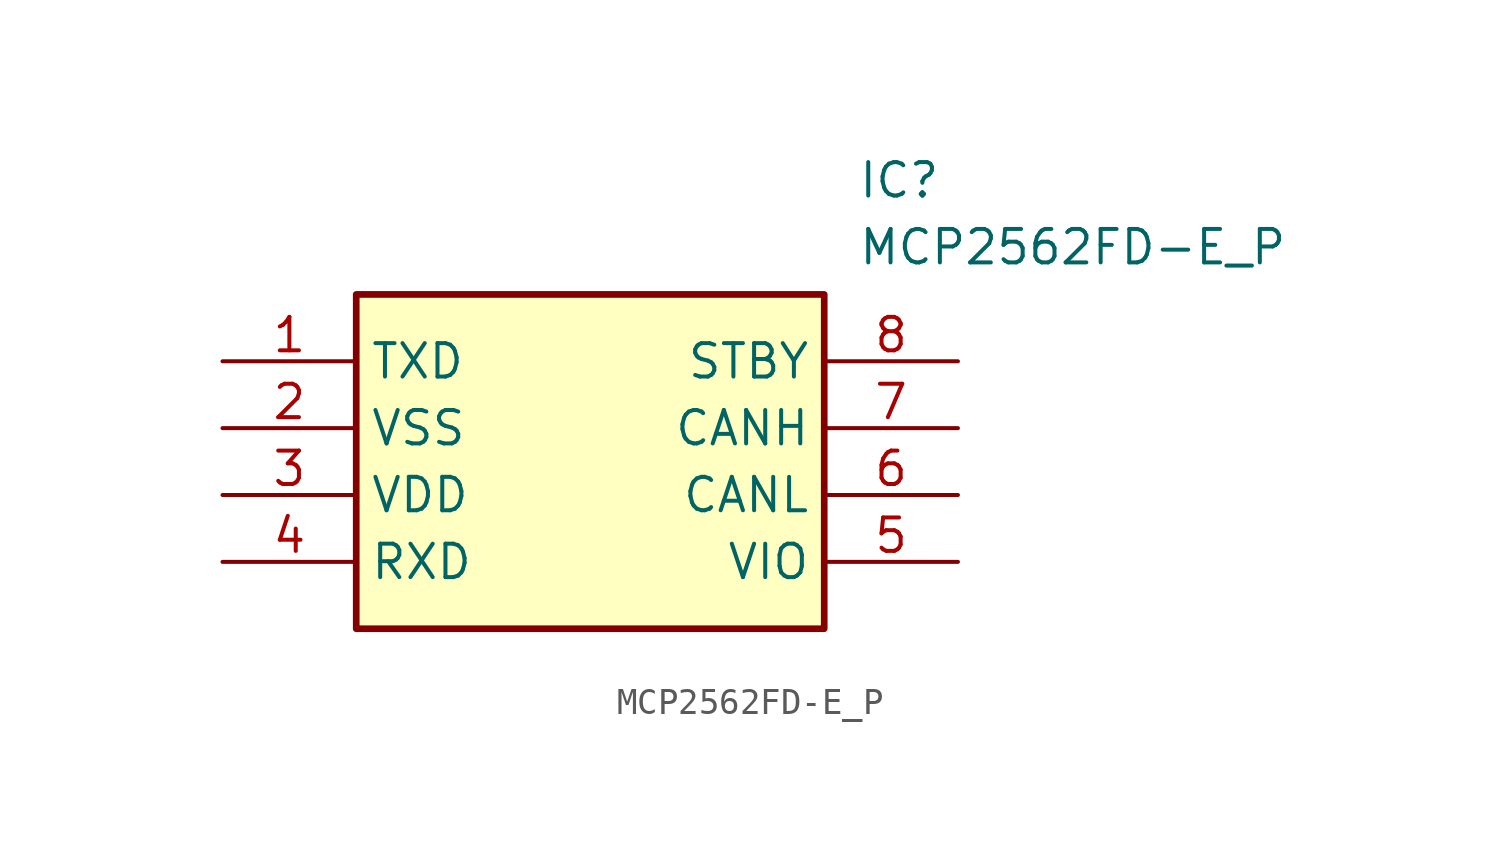
<source format=kicad_sym>
(kicad_symbol_lib
  (version 20211014)
  (generator SamacSys_ECAD_Model)
  (symbol "MCP2562FD-E_P"
    (property "Reference" "IC"
      (at 24.13 7.62 0)
      (effects (font (size 1.27 1.27)) (justify left top)))
    (property "Value" "MCP2562FD-E_P"
      (at 24.13 5.08 0)
      (effects (font (size 1.27 1.27)) (justify left top)))
    (rectangle
      (start 5.08 2.54)
      (end 22.86 -10.16)
      (stroke (width 0.254) (type default))
      (fill (type background)))
    (pin passive line
      (at 0 0 0)
      (length 5.08)
      (name "TXD" (effects (font (size 1.27 1.27))))
      (number "1" (effects (font (size 1.27 1.27)))))
    (pin passive line
      (at 0 -2.54 0)
      (length 5.08)
      (name "VSS" (effects (font (size 1.27 1.27))))
      (number "2" (effects (font (size 1.27 1.27)))))
    (pin passive line
      (at 0 -5.08 0)
      (length 5.08)
      (name "VDD" (effects (font (size 1.27 1.27))))
      (number "3" (effects (font (size 1.27 1.27)))))
    (pin passive line
      (at 0 -7.62 0)
      (length 5.08)
      (name "RXD" (effects (font (size 1.27 1.27))))
      (number "4" (effects (font (size 1.27 1.27)))))
    (pin passive line
      (at 27.94 0 180)
      (length 5.08)
      (name "STBY" (effects (font (size 1.27 1.27))))
      (number "8" (effects (font (size 1.27 1.27)))))
    (pin passive line
      (at 27.94 -2.54 180)
      (length 5.08)
      (name "CANH" (effects (font (size 1.27 1.27))))
      (number "7" (effects (font (size 1.27 1.27)))))
    (pin passive line
      (at 27.94 -5.08 180)
      (length 5.08)
      (name "CANL" (effects (font (size 1.27 1.27))))
      (number "6" (effects (font (size 1.27 1.27)))))
    (pin passive line
      (at 27.94 -7.62 180)
      (length 5.08)
      (name "VIO" (effects (font (size 1.27 1.27))))
      (number "5" (effects (font (size 1.27 1.27)))))))
</source>
